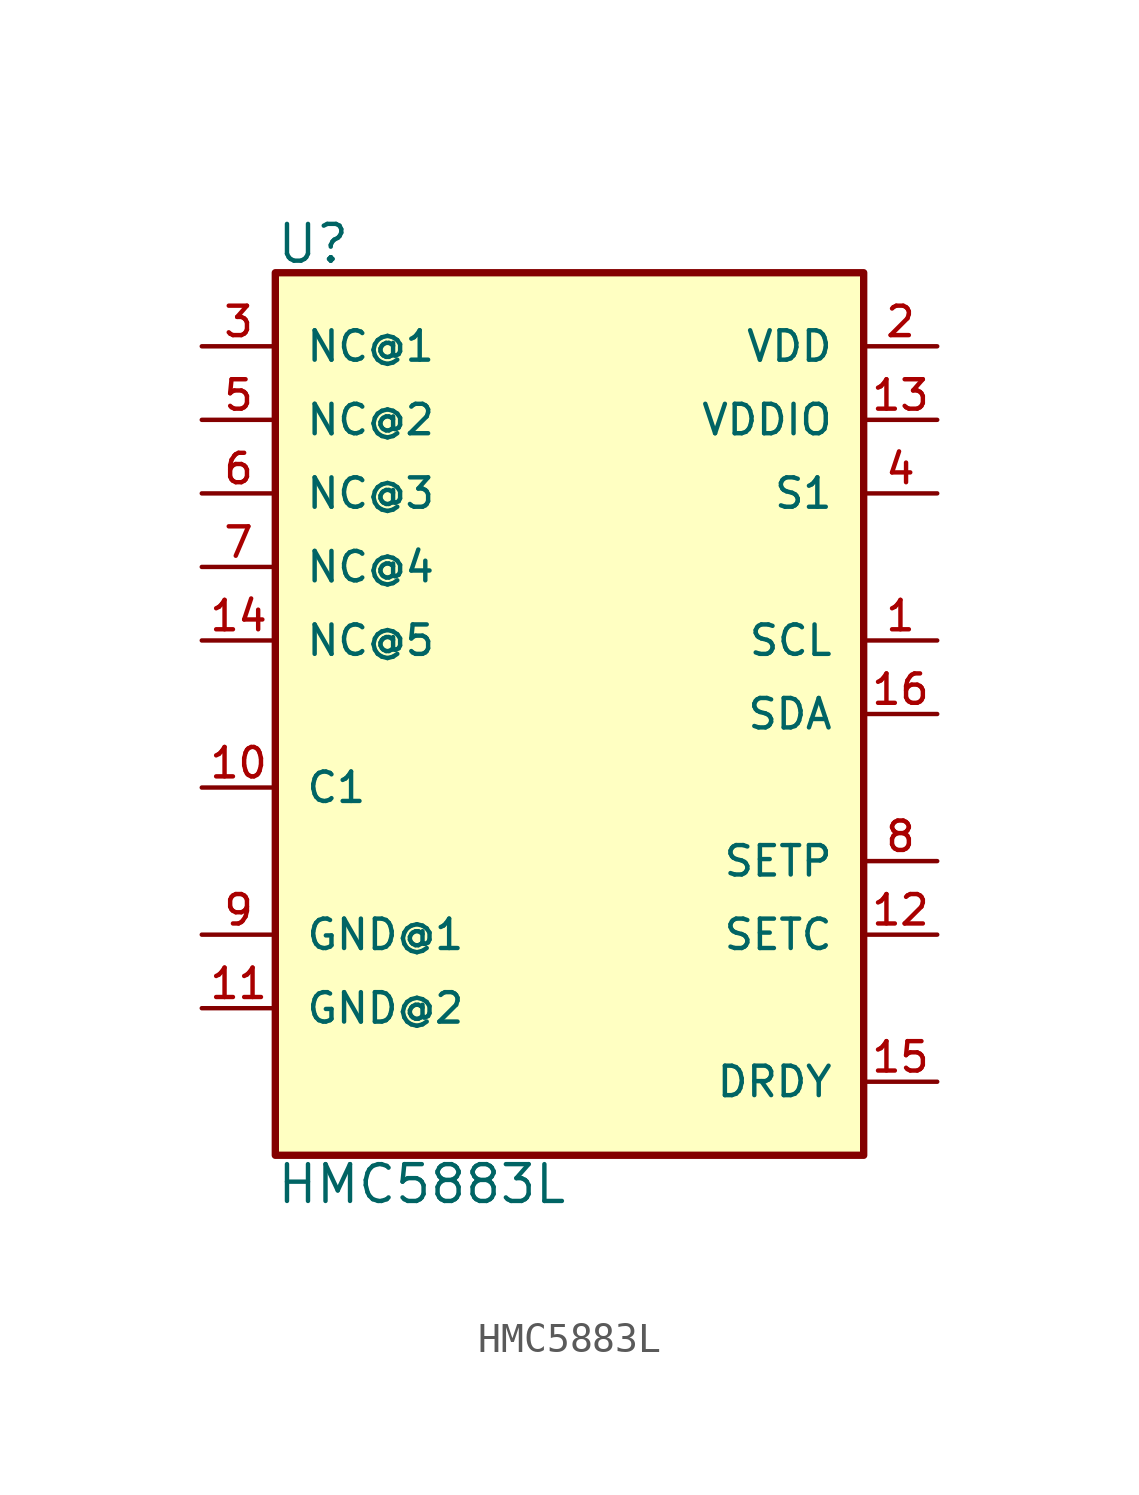
<source format=kicad_sym>
(kicad_symbol_lib
  (version 20231120)
  (generator "kicad_symbol_editor")
  (generator_version "8.0")
  (symbol "HMC5883L"
    (pin_names
      (offset 1.016))
    (property "Reference" "U"
      (at -10.16 15.494 0)
      (effects (font (size 1.27 1.27)) (justify left bottom)))
    (property "Value" "HMC5883L"
      (at -10.16 -15.494 0)
      (effects (font (size 1.27 1.27)) (justify left top)))
    (symbol "HMC5883L_0_0"
      (rectangle (start -10.16 -15.24) (end 10.16 15.24) (stroke (width 0.254) (type default)) (fill (type background)))
      (pin bidirectional line (at 12.7 2.54 180) (length 2.54) (name "SCL" (effects (font (size 1.016 1.016)))) (number "1" (effects (font (size 1.016 1.016)))))
      (pin bidirectional line (at -12.7 -2.54 0) (length 2.54) (name "C1" (effects (font (size 1.016 1.016)))) (number "10" (effects (font (size 1.016 1.016)))))
      (pin bidirectional line (at -12.7 -10.16 0) (length 2.54) (name "GND@2" (effects (font (size 1.016 1.016)))) (number "11" (effects (font (size 1.016 1.016)))))
      (pin bidirectional line (at 12.7 -7.62 180) (length 2.54) (name "SETC" (effects (font (size 1.016 1.016)))) (number "12" (effects (font (size 1.016 1.016)))))
      (pin bidirectional line (at 12.7 10.16 180) (length 2.54) (name "VDDIO" (effects (font (size 1.016 1.016)))) (number "13" (effects (font (size 1.016 1.016)))))
      (pin bidirectional line (at -12.7 2.54 0) (length 2.54) (name "NC@5" (effects (font (size 1.016 1.016)))) (number "14" (effects (font (size 1.016 1.016)))))
      (pin bidirectional line (at 12.7 -12.7 180) (length 2.54) (name "DRDY" (effects (font (size 1.016 1.016)))) (number "15" (effects (font (size 1.016 1.016)))))
      (pin bidirectional line (at 12.7 0 180) (length 2.54) (name "SDA" (effects (font (size 1.016 1.016)))) (number "16" (effects (font (size 1.016 1.016)))))
      (pin bidirectional line (at 12.7 12.7 180) (length 2.54) (name "VDD" (effects (font (size 1.016 1.016)))) (number "2" (effects (font (size 1.016 1.016)))))
      (pin bidirectional line (at -12.7 12.7 0) (length 2.54) (name "NC@1" (effects (font (size 1.016 1.016)))) (number "3" (effects (font (size 1.016 1.016)))))
      (pin bidirectional line (at 12.7 7.62 180) (length 2.54) (name "S1" (effects (font (size 1.016 1.016)))) (number "4" (effects (font (size 1.016 1.016)))))
      (pin bidirectional line (at -12.7 10.16 0) (length 2.54) (name "NC@2" (effects (font (size 1.016 1.016)))) (number "5" (effects (font (size 1.016 1.016)))))
      (pin bidirectional line (at -12.7 7.62 0) (length 2.54) (name "NC@3" (effects (font (size 1.016 1.016)))) (number "6" (effects (font (size 1.016 1.016)))))
      (pin bidirectional line (at -12.7 5.08 0) (length 2.54) (name "NC@4" (effects (font (size 1.016 1.016)))) (number "7" (effects (font (size 1.016 1.016)))))
      (pin bidirectional line (at 12.7 -5.08 180) (length 2.54) (name "SETP" (effects (font (size 1.016 1.016)))) (number "8" (effects (font (size 1.016 1.016)))))
      (pin bidirectional line (at -12.7 -7.62 0) (length 2.54) (name "GND@1" (effects (font (size 1.016 1.016)))) (number "9" (effects (font (size 1.016 1.016))))))))
</source>
